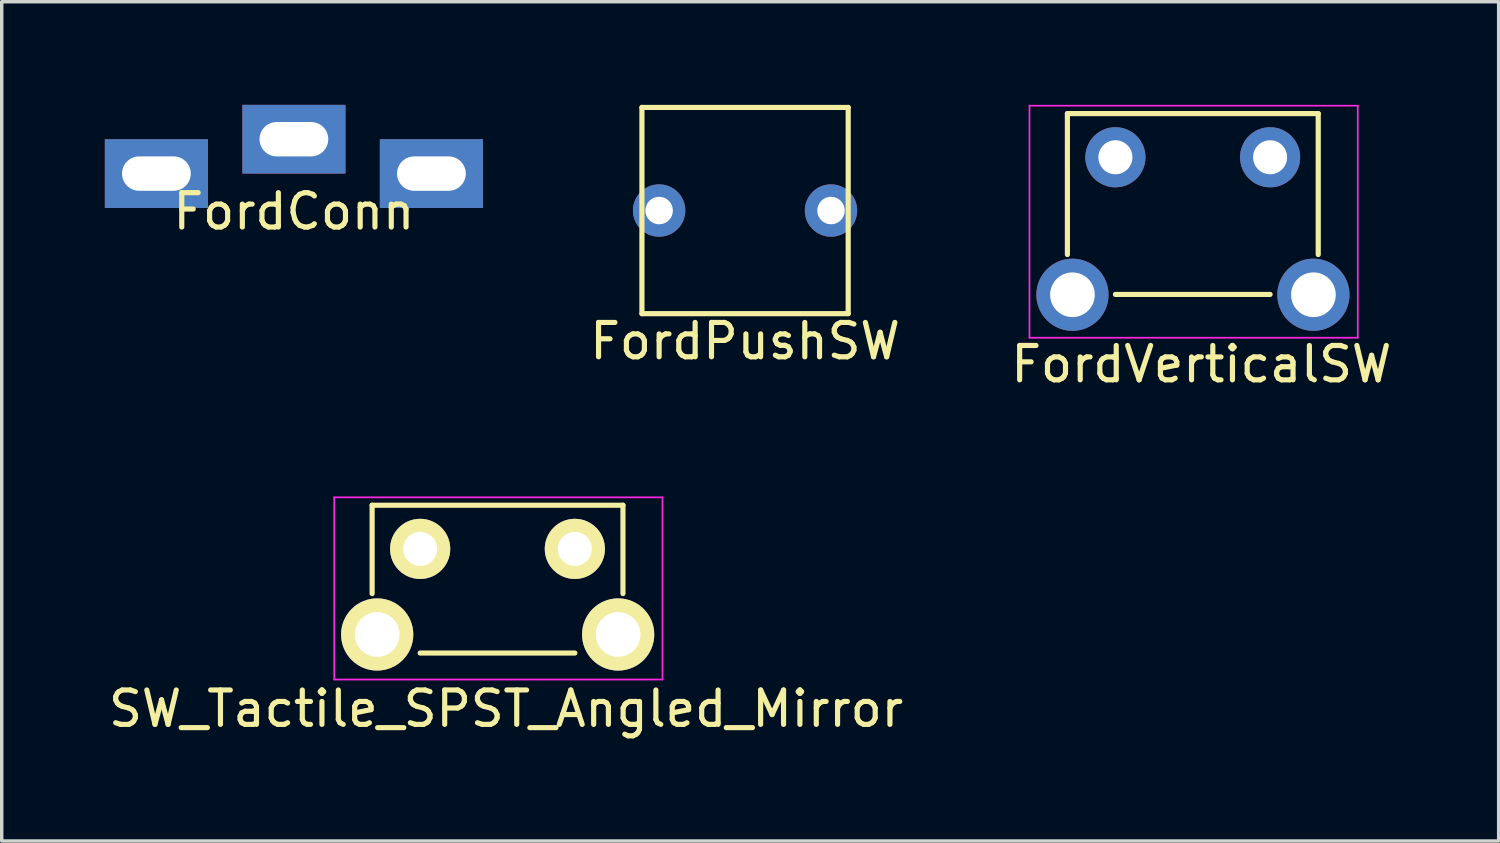
<source format=kicad_pcb>
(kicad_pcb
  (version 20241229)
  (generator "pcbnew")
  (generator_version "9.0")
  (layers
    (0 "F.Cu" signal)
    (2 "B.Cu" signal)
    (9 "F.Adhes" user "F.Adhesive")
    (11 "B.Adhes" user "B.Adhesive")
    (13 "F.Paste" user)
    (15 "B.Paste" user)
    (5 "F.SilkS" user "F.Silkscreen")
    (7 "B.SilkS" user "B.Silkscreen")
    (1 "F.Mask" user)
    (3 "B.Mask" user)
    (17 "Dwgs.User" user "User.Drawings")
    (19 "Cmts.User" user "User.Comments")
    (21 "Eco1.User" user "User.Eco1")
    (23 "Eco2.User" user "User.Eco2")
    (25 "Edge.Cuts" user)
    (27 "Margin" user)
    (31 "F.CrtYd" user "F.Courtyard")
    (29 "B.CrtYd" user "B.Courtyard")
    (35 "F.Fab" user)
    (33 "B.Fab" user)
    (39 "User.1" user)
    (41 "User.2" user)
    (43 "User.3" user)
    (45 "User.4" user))
  (footprint "FordConn"
    (layer "F.Cu")
    (at 5.5 1)
    (property "Reference" "FordConn" (at 0 2.1 0) (layer "F.SilkS") (effects (font (size 1 1) (thickness 0.15))))
    (attr through_hole)
    (pad "1" thru_hole rect (at 4 1) (size 3 2) (drill oval 2 1) (layers "*.Cu" "*.Mask"))
    (pad "2" thru_hole rect (at 0 0) (size 3 2) (drill oval 2 1) (layers "*.Cu" "*.Mask"))
    (pad "3" thru_hole rect (at -4 1) (size 3 2) (drill oval 2 1) (layers "*.Cu" "*.Mask")))
  (footprint "FordVerticalSW"
    (layer "F.Cu")
    (at 29.399 1.525)
    (property "Reference" "FordVerticalSW" (at 2.5 6.02 0) (layer "F.SilkS") (effects (font (size 1 1) (thickness 0.15))))
    (attr through_hole)
    (fp_line (start -1.397 -1.27) (end -1.397 2.83) (stroke (width 0.15) (type solid)) (layer "F.SilkS"))
    (fp_line (start -1.397 -1.27) (end 5.9 -1.27) (stroke (width 0.15) (type solid)) (layer "F.SilkS"))
    (fp_line (start 0 3.99) (end 4.5 3.99) (stroke (width 0.15) (type solid)) (layer "F.SilkS"))
    (fp_line (start 5.9 -1.27) (end 5.9 2.83) (stroke (width 0.15) (type solid)) (layer "F.SilkS"))
    (fp_line (start -2.5 -1.5) (end 7.05 -1.5) (stroke (width 0.05) (type solid)) (layer "F.CrtYd"))
    (fp_line (start -2.5 5.25) (end -2.5 -1.5) (stroke (width 0.05) (type solid)) (layer "F.CrtYd"))
    (fp_line (start 7.05 -1.5) (end 7.05 5.25) (stroke (width 0.05) (type solid)) (layer "F.CrtYd"))
    (fp_line (start 7.05 5.25) (end -2.5 5.25) (stroke (width 0.05) (type solid)) (layer "F.CrtYd"))
    (pad "" thru_hole circle (at -1.25 4) (size 2.1 2.1) (drill 1.3) (layers "*.Cu" "*.Mask"))
    (pad "" thru_hole circle (at 5.76 4) (size 2.1 2.1) (drill 1.3) (layers "*.Cu" "*.Mask"))
    (pad "1" thru_hole circle (at 0 0) (size 1.75 1.75) (drill 0.99) (layers "*.Cu" "*.Mask"))
    (pad "2" thru_hole circle (at 4.5 0) (size 1.75 1.75) (drill 0.99) (layers "*.Cu" "*.Mask")))
  (footprint "FordPushSW"
    (layer "F.Cu")
    (at 18.625 3.075)
    (property "Reference" "FordPushSW" (at 0 3.8 0) (layer "F.SilkS") (effects (font (size 1 1) (thickness 0.15))))
    (attr through_hole)
    (fp_line (start -3 -3) (end 3 -3) (stroke (width 0.15) (type solid)) (layer "F.SilkS"))
    (fp_line (start -3 3) (end -3 -3) (stroke (width 0.15) (type solid)) (layer "F.SilkS"))
    (fp_line (start 3 -3) (end 3 3) (stroke (width 0.15) (type solid)) (layer "F.SilkS"))
    (fp_line (start 3 3) (end -3 3) (stroke (width 0.15) (type solid)) (layer "F.SilkS"))
    (pad "1" thru_hole circle (at -2.5 0) (size 1.524 1.524) (drill 0.8) (layers "*.Cu" "*.Mask"))
    (pad "2" thru_hole circle (at 2.5 0) (size 1.524 1.524) (drill 0.8) (layers "*.Cu" "*.Mask")))
  (footprint "SW_Tactile_SPST_Angled_Mirror"
    (layer "F.Cu")
    (at 9.173 12.918)
    (property "Reference" "SW_Tactile_SPST_Angled_Mirror" (at 2.5 4.65 0) (layer "F.SilkS") (effects (font (size 1 1) (thickness 0.15))))
    (attr through_hole)
    (fp_line (start -1.397 -1.27) (end -1.397 1.3) (stroke (width 0.15) (type solid)) (layer "F.SilkS"))
    (fp_line (start -1.397 -1.27) (end 5.9 -1.27) (stroke (width 0.15) (type solid)) (layer "F.SilkS"))
    (fp_line (start 0 3.03) (end 4.5 3.03) (stroke (width 0.15) (type solid)) (layer "F.SilkS"))
    (fp_line (start 5.9 -1.27) (end 5.9 1.3) (stroke (width 0.15) (type solid)) (layer "F.SilkS"))
    (fp_line (start -2.5 -1.5) (end 7.05 -1.5) (stroke (width 0.05) (type solid)) (layer "F.CrtYd"))
    (fp_line (start -2.5 3.8) (end -2.5 -1.5) (stroke (width 0.05) (type solid)) (layer "F.CrtYd"))
    (fp_line (start 7.05 -1.5) (end 7.05 3.8) (stroke (width 0.05) (type solid)) (layer "F.CrtYd"))
    (fp_line (start 7.05 3.8) (end -2.5 3.8) (stroke (width 0.05) (type solid)) (layer "F.CrtYd"))
    (pad "" thru_hole circle (at -1.25 2.49) (size 2.1 2.1) (drill 1.3) (layers "*.Cu" "*.Mask" "F.SilkS"))
    (pad "" thru_hole circle (at 5.76 2.49) (size 2.1 2.1) (drill 1.3) (layers "*.Cu" "*.Mask" "F.SilkS"))
    (pad "1" thru_hole circle (at 4.5 0) (size 1.75 1.75) (drill 0.99) (layers "*.Cu" "*.Mask" "F.SilkS"))
    (pad "2" thru_hole circle (at 0 0) (size 1.75 1.75) (drill 0.99) (layers "*.Cu" "*.Mask" "F.SilkS")))
  (gr_rect
    (start -3 -3)
    (end 40.548 21.416)
    (stroke (width 0.1) (type default))
    (fill no)
    (layer "Edge.Cuts")))
</source>
